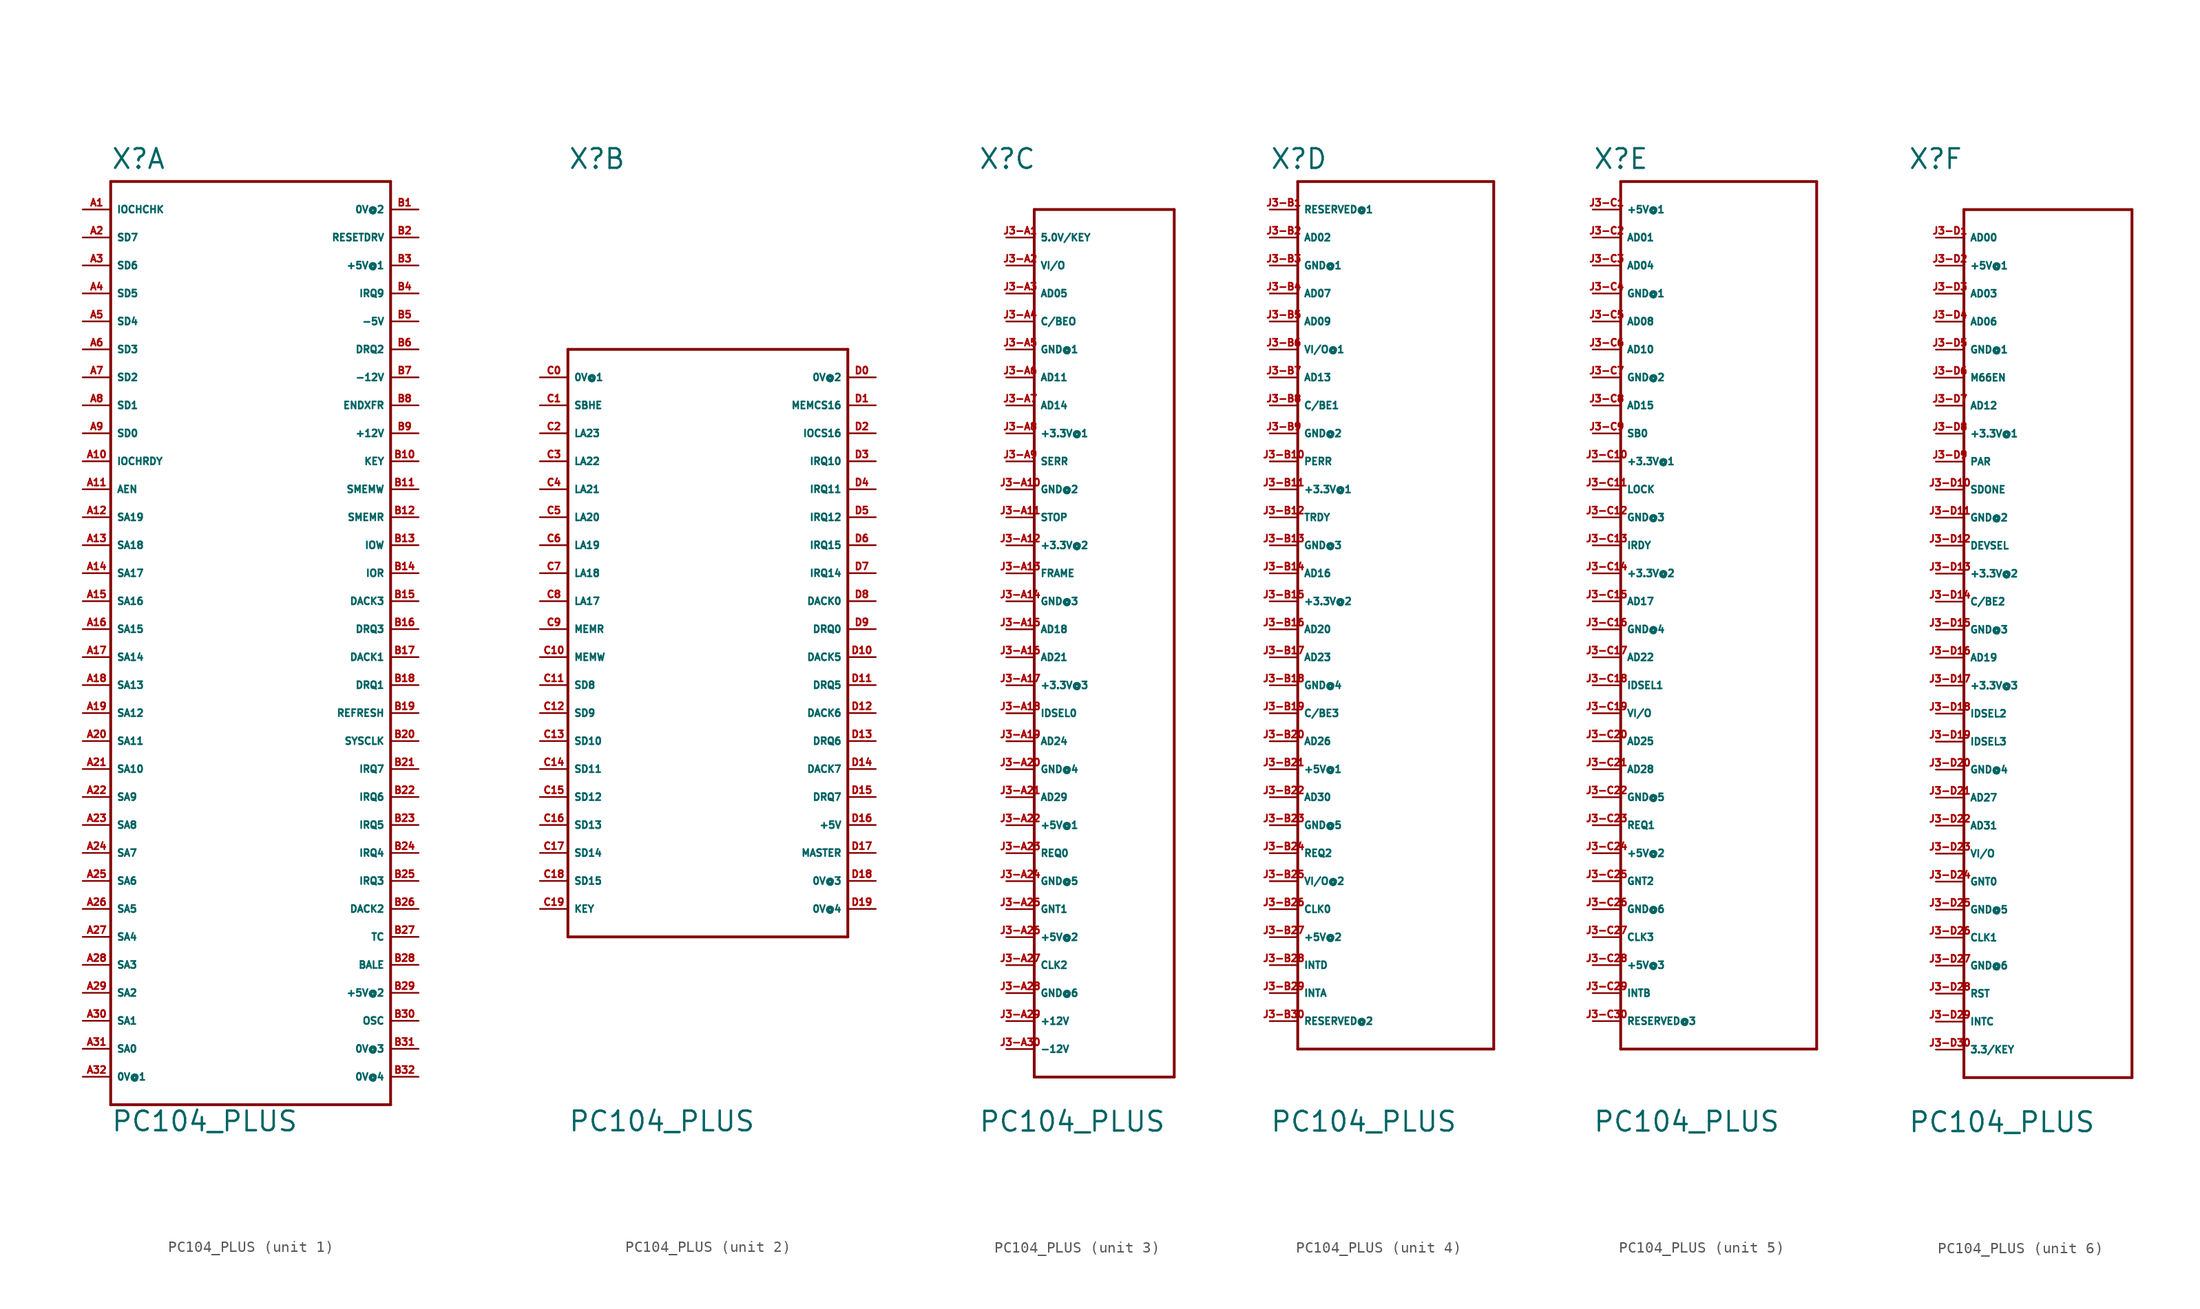
<source format=kicad_sym>
(kicad_symbol_lib
  (version 20220914)
  (generator Eagle2Kicad)
  (symbol "PC104_PLUS"
    (property "Reference" "X"
      (at -12.7 41.656 0)
      (effects (font (size 1.778 1.778) (thickness 0.22)) (justify left bottom)))
    (property "Value" "PC104_PLUS"
      (at -12.7 -45.72 0)
      (effects (font (size 1.778 1.778) (thickness 0.22)) (justify left bottom)))
    (symbol "PC104_PLUS_1_0"
      (polyline (pts (xy -12.7 40.64) (xy 12.7 40.64)) (stroke (width 0.254) (type default)) (fill (type none)))
      (polyline (pts (xy 12.7 40.64) (xy 12.7 -43.18)) (stroke (width 0.254) (type default)) (fill (type none)))
      (polyline (pts (xy 12.7 -43.18) (xy -12.7 -43.18)) (stroke (width 0.254) (type default)) (fill (type none)))
      (polyline (pts (xy -12.7 -43.18) (xy -12.7 40.64)) (stroke (width 0.254) (type default)) (fill (type none)))
      (pin passive line (at -15.24 38.1 0) (length 2.54) (name "IOCHCHK" (effects (font (size 0.635 0.635) (thickness 0.08)) (justify left bottom))) (number "A1" (effects (font (size 0.635 0.635) (thickness 0.08)) (justify left bottom))))
      (pin passive line (at -15.24 17.78 0) (length 2.54) (name "SD0" (effects (font (size 0.635 0.635) (thickness 0.08)) (justify left bottom))) (number "A9" (effects (font (size 0.635 0.635) (thickness 0.08)) (justify left bottom))))
      (pin passive line (at -15.24 20.32 0) (length 2.54) (name "SD1" (effects (font (size 0.635 0.635) (thickness 0.08)) (justify left bottom))) (number "A8" (effects (font (size 0.635 0.635) (thickness 0.08)) (justify left bottom))))
      (pin passive line (at -15.24 22.86 0) (length 2.54) (name "SD2" (effects (font (size 0.635 0.635) (thickness 0.08)) (justify left bottom))) (number "A7" (effects (font (size 0.635 0.635) (thickness 0.08)) (justify left bottom))))
      (pin passive line (at -15.24 25.4 0) (length 2.54) (name "SD3" (effects (font (size 0.635 0.635) (thickness 0.08)) (justify left bottom))) (number "A6" (effects (font (size 0.635 0.635) (thickness 0.08)) (justify left bottom))))
      (pin passive line (at -15.24 27.94 0) (length 2.54) (name "SD4" (effects (font (size 0.635 0.635) (thickness 0.08)) (justify left bottom))) (number "A5" (effects (font (size 0.635 0.635) (thickness 0.08)) (justify left bottom))))
      (pin passive line (at -15.24 30.48 0) (length 2.54) (name "SD5" (effects (font (size 0.635 0.635) (thickness 0.08)) (justify left bottom))) (number "A4" (effects (font (size 0.635 0.635) (thickness 0.08)) (justify left bottom))))
      (pin passive line (at -15.24 33.02 0) (length 2.54) (name "SD6" (effects (font (size 0.635 0.635) (thickness 0.08)) (justify left bottom))) (number "A3" (effects (font (size 0.635 0.635) (thickness 0.08)) (justify left bottom))))
      (pin passive line (at -15.24 35.56 0) (length 2.54) (name "SD7" (effects (font (size 0.635 0.635) (thickness 0.08)) (justify left bottom))) (number "A2" (effects (font (size 0.635 0.635) (thickness 0.08)) (justify left bottom))))
      (pin passive line (at -15.24 15.24 0) (length 2.54) (name "IOCHRDY" (effects (font (size 0.635 0.635) (thickness 0.08)) (justify left bottom))) (number "A10" (effects (font (size 0.635 0.635) (thickness 0.08)) (justify left bottom))))
      (pin passive line (at -15.24 12.7 0) (length 2.54) (name "AEN" (effects (font (size 0.635 0.635) (thickness 0.08)) (justify left bottom))) (number "A11" (effects (font (size 0.635 0.635) (thickness 0.08)) (justify left bottom))))
      (pin passive line (at -15.24 -38.1 0) (length 2.54) (name "SA0" (effects (font (size 0.635 0.635) (thickness 0.08)) (justify left bottom))) (number "A31" (effects (font (size 0.635 0.635) (thickness 0.08)) (justify left bottom))))
      (pin passive line (at -15.24 -35.56 0) (length 2.54) (name "SA1" (effects (font (size 0.635 0.635) (thickness 0.08)) (justify left bottom))) (number "A30" (effects (font (size 0.635 0.635) (thickness 0.08)) (justify left bottom))))
      (pin passive line (at -15.24 -33.02 0) (length 2.54) (name "SA2" (effects (font (size 0.635 0.635) (thickness 0.08)) (justify left bottom))) (number "A29" (effects (font (size 0.635 0.635) (thickness 0.08)) (justify left bottom))))
      (pin passive line (at -15.24 -30.48 0) (length 2.54) (name "SA3" (effects (font (size 0.635 0.635) (thickness 0.08)) (justify left bottom))) (number "A28" (effects (font (size 0.635 0.635) (thickness 0.08)) (justify left bottom))))
      (pin passive line (at -15.24 -27.94 0) (length 2.54) (name "SA4" (effects (font (size 0.635 0.635) (thickness 0.08)) (justify left bottom))) (number "A27" (effects (font (size 0.635 0.635) (thickness 0.08)) (justify left bottom))))
      (pin passive line (at -15.24 -25.4 0) (length 2.54) (name "SA5" (effects (font (size 0.635 0.635) (thickness 0.08)) (justify left bottom))) (number "A26" (effects (font (size 0.635 0.635) (thickness 0.08)) (justify left bottom))))
      (pin passive line (at -15.24 -22.86 0) (length 2.54) (name "SA6" (effects (font (size 0.635 0.635) (thickness 0.08)) (justify left bottom))) (number "A25" (effects (font (size 0.635 0.635) (thickness 0.08)) (justify left bottom))))
      (pin passive line (at -15.24 -20.32 0) (length 2.54) (name "SA7" (effects (font (size 0.635 0.635) (thickness 0.08)) (justify left bottom))) (number "A24" (effects (font (size 0.635 0.635) (thickness 0.08)) (justify left bottom))))
      (pin passive line (at -15.24 -17.78 0) (length 2.54) (name "SA8" (effects (font (size 0.635 0.635) (thickness 0.08)) (justify left bottom))) (number "A23" (effects (font (size 0.635 0.635) (thickness 0.08)) (justify left bottom))))
      (pin passive line (at -15.24 -15.24 0) (length 2.54) (name "SA9" (effects (font (size 0.635 0.635) (thickness 0.08)) (justify left bottom))) (number "A22" (effects (font (size 0.635 0.635) (thickness 0.08)) (justify left bottom))))
      (pin passive line (at -15.24 -12.7 0) (length 2.54) (name "SA10" (effects (font (size 0.635 0.635) (thickness 0.08)) (justify left bottom))) (number "A21" (effects (font (size 0.635 0.635) (thickness 0.08)) (justify left bottom))))
      (pin passive line (at -15.24 -10.16 0) (length 2.54) (name "SA11" (effects (font (size 0.635 0.635) (thickness 0.08)) (justify left bottom))) (number "A20" (effects (font (size 0.635 0.635) (thickness 0.08)) (justify left bottom))))
      (pin passive line (at -15.24 -7.62 0) (length 2.54) (name "SA12" (effects (font (size 0.635 0.635) (thickness 0.08)) (justify left bottom))) (number "A19" (effects (font (size 0.635 0.635) (thickness 0.08)) (justify left bottom))))
      (pin passive line (at -15.24 -5.08 0) (length 2.54) (name "SA13" (effects (font (size 0.635 0.635) (thickness 0.08)) (justify left bottom))) (number "A18" (effects (font (size 0.635 0.635) (thickness 0.08)) (justify left bottom))))
      (pin passive line (at -15.24 -2.54 0) (length 2.54) (name "SA14" (effects (font (size 0.635 0.635) (thickness 0.08)) (justify left bottom))) (number "A17" (effects (font (size 0.635 0.635) (thickness 0.08)) (justify left bottom))))
      (pin passive line (at -15.24 0 0) (length 2.54) (name "SA15" (effects (font (size 0.635 0.635) (thickness 0.08)) (justify left bottom))) (number "A16" (effects (font (size 0.635 0.635) (thickness 0.08)) (justify left bottom))))
      (pin passive line (at -15.24 2.54 0) (length 2.54) (name "SA16" (effects (font (size 0.635 0.635) (thickness 0.08)) (justify left bottom))) (number "A15" (effects (font (size 0.635 0.635) (thickness 0.08)) (justify left bottom))))
      (pin passive line (at -15.24 5.08 0) (length 2.54) (name "SA17" (effects (font (size 0.635 0.635) (thickness 0.08)) (justify left bottom))) (number "A14" (effects (font (size 0.635 0.635) (thickness 0.08)) (justify left bottom))))
      (pin passive line (at -15.24 7.62 0) (length 2.54) (name "SA18" (effects (font (size 0.635 0.635) (thickness 0.08)) (justify left bottom))) (number "A13" (effects (font (size 0.635 0.635) (thickness 0.08)) (justify left bottom))))
      (pin passive line (at -15.24 10.16 0) (length 2.54) (name "SA19" (effects (font (size 0.635 0.635) (thickness 0.08)) (justify left bottom))) (number "A12" (effects (font (size 0.635 0.635) (thickness 0.08)) (justify left bottom))))
      (pin passive line (at -15.24 -40.64 0) (length 2.54) (name "0V@1" (effects (font (size 0.635 0.635) (thickness 0.08)) (justify left bottom))) (number "A32" (effects (font (size 0.635 0.635) (thickness 0.08)) (justify left bottom))))
      (pin passive line (at 15.24 38.1 180) (length 2.54) (name "0V@2" (effects (font (size 0.635 0.635) (thickness 0.08)) (justify left bottom))) (number "B1" (effects (font (size 0.635 0.635) (thickness 0.08)) (justify left bottom))))
      (pin passive line (at 15.24 35.56 180) (length 2.54) (name "RESETDRV" (effects (font (size 0.635 0.635) (thickness 0.08)) (justify left bottom))) (number "B2" (effects (font (size 0.635 0.635) (thickness 0.08)) (justify left bottom))))
      (pin passive line (at 15.24 33.02 180) (length 2.54) (name "+5V@1" (effects (font (size 0.635 0.635) (thickness 0.08)) (justify left bottom))) (number "B3" (effects (font (size 0.635 0.635) (thickness 0.08)) (justify left bottom))))
      (pin passive line (at 15.24 30.48 180) (length 2.54) (name "IRQ9" (effects (font (size 0.635 0.635) (thickness 0.08)) (justify left bottom))) (number "B4" (effects (font (size 0.635 0.635) (thickness 0.08)) (justify left bottom))))
      (pin passive line (at 15.24 27.94 180) (length 2.54) (name "-5V" (effects (font (size 0.635 0.635) (thickness 0.08)) (justify left bottom))) (number "B5" (effects (font (size 0.635 0.635) (thickness 0.08)) (justify left bottom))))
      (pin passive line (at 15.24 25.4 180) (length 2.54) (name "DRQ2" (effects (font (size 0.635 0.635) (thickness 0.08)) (justify left bottom))) (number "B6" (effects (font (size 0.635 0.635) (thickness 0.08)) (justify left bottom))))
      (pin passive line (at 15.24 22.86 180) (length 2.54) (name "-12V" (effects (font (size 0.635 0.635) (thickness 0.08)) (justify left bottom))) (number "B7" (effects (font (size 0.635 0.635) (thickness 0.08)) (justify left bottom))))
      (pin passive line (at 15.24 20.32 180) (length 2.54) (name "ENDXFR" (effects (font (size 0.635 0.635) (thickness 0.08)) (justify left bottom))) (number "B8" (effects (font (size 0.635 0.635) (thickness 0.08)) (justify left bottom))))
      (pin passive line (at 15.24 17.78 180) (length 2.54) (name "+12V" (effects (font (size 0.635 0.635) (thickness 0.08)) (justify left bottom))) (number "B9" (effects (font (size 0.635 0.635) (thickness 0.08)) (justify left bottom))))
      (pin passive line (at 15.24 15.24 180) (length 2.54) (name "KEY" (effects (font (size 0.635 0.635) (thickness 0.08)) (justify left bottom))) (number "B10" (effects (font (size 0.635 0.635) (thickness 0.08)) (justify left bottom))))
      (pin passive line (at 15.24 12.7 180) (length 2.54) (name "SMEMW" (effects (font (size 0.635 0.635) (thickness 0.08)) (justify left bottom))) (number "B11" (effects (font (size 0.635 0.635) (thickness 0.08)) (justify left bottom))))
      (pin passive line (at 15.24 10.16 180) (length 2.54) (name "SMEMR" (effects (font (size 0.635 0.635) (thickness 0.08)) (justify left bottom))) (number "B12" (effects (font (size 0.635 0.635) (thickness 0.08)) (justify left bottom))))
      (pin passive line (at 15.24 7.62 180) (length 2.54) (name "IOW" (effects (font (size 0.635 0.635) (thickness 0.08)) (justify left bottom))) (number "B13" (effects (font (size 0.635 0.635) (thickness 0.08)) (justify left bottom))))
      (pin passive line (at 15.24 5.08 180) (length 2.54) (name "IOR" (effects (font (size 0.635 0.635) (thickness 0.08)) (justify left bottom))) (number "B14" (effects (font (size 0.635 0.635) (thickness 0.08)) (justify left bottom))))
      (pin passive line (at 15.24 2.54 180) (length 2.54) (name "DACK3" (effects (font (size 0.635 0.635) (thickness 0.08)) (justify left bottom))) (number "B15" (effects (font (size 0.635 0.635) (thickness 0.08)) (justify left bottom))))
      (pin passive line (at 15.24 0 180) (length 2.54) (name "DRQ3" (effects (font (size 0.635 0.635) (thickness 0.08)) (justify left bottom))) (number "B16" (effects (font (size 0.635 0.635) (thickness 0.08)) (justify left bottom))))
      (pin passive line (at 15.24 -2.54 180) (length 2.54) (name "DACK1" (effects (font (size 0.635 0.635) (thickness 0.08)) (justify left bottom))) (number "B17" (effects (font (size 0.635 0.635) (thickness 0.08)) (justify left bottom))))
      (pin passive line (at 15.24 -5.08 180) (length 2.54) (name "DRQ1" (effects (font (size 0.635 0.635) (thickness 0.08)) (justify left bottom))) (number "B18" (effects (font (size 0.635 0.635) (thickness 0.08)) (justify left bottom))))
      (pin passive line (at 15.24 -7.62 180) (length 2.54) (name "REFRESH" (effects (font (size 0.635 0.635) (thickness 0.08)) (justify left bottom))) (number "B19" (effects (font (size 0.635 0.635) (thickness 0.08)) (justify left bottom))))
      (pin passive line (at 15.24 -10.16 180) (length 2.54) (name "SYSCLK" (effects (font (size 0.635 0.635) (thickness 0.08)) (justify left bottom))) (number "B20" (effects (font (size 0.635 0.635) (thickness 0.08)) (justify left bottom))))
      (pin passive line (at 15.24 -22.86 180) (length 2.54) (name "IRQ3" (effects (font (size 0.635 0.635) (thickness 0.08)) (justify left bottom))) (number "B25" (effects (font (size 0.635 0.635) (thickness 0.08)) (justify left bottom))))
      (pin passive line (at 15.24 -20.32 180) (length 2.54) (name "IRQ4" (effects (font (size 0.635 0.635) (thickness 0.08)) (justify left bottom))) (number "B24" (effects (font (size 0.635 0.635) (thickness 0.08)) (justify left bottom))))
      (pin passive line (at 15.24 -17.78 180) (length 2.54) (name "IRQ5" (effects (font (size 0.635 0.635) (thickness 0.08)) (justify left bottom))) (number "B23" (effects (font (size 0.635 0.635) (thickness 0.08)) (justify left bottom))))
      (pin passive line (at 15.24 -15.24 180) (length 2.54) (name "IRQ6" (effects (font (size 0.635 0.635) (thickness 0.08)) (justify left bottom))) (number "B22" (effects (font (size 0.635 0.635) (thickness 0.08)) (justify left bottom))))
      (pin passive line (at 15.24 -12.7 180) (length 2.54) (name "IRQ7" (effects (font (size 0.635 0.635) (thickness 0.08)) (justify left bottom))) (number "B21" (effects (font (size 0.635 0.635) (thickness 0.08)) (justify left bottom))))
      (pin passive line (at 15.24 -25.4 180) (length 2.54) (name "DACK2" (effects (font (size 0.635 0.635) (thickness 0.08)) (justify left bottom))) (number "B26" (effects (font (size 0.635 0.635) (thickness 0.08)) (justify left bottom))))
      (pin passive line (at 15.24 -27.94 180) (length 2.54) (name "TC" (effects (font (size 0.635 0.635) (thickness 0.08)) (justify left bottom))) (number "B27" (effects (font (size 0.635 0.635) (thickness 0.08)) (justify left bottom))))
      (pin passive line (at 15.24 -30.48 180) (length 2.54) (name "BALE" (effects (font (size 0.635 0.635) (thickness 0.08)) (justify left bottom))) (number "B28" (effects (font (size 0.635 0.635) (thickness 0.08)) (justify left bottom))))
      (pin passive line (at 15.24 -33.02 180) (length 2.54) (name "+5V@2" (effects (font (size 0.635 0.635) (thickness 0.08)) (justify left bottom))) (number "B29" (effects (font (size 0.635 0.635) (thickness 0.08)) (justify left bottom))))
      (pin passive line (at 15.24 -35.56 180) (length 2.54) (name "OSC" (effects (font (size 0.635 0.635) (thickness 0.08)) (justify left bottom))) (number "B30" (effects (font (size 0.635 0.635) (thickness 0.08)) (justify left bottom))))
      (pin passive line (at 15.24 -38.1 180) (length 2.54) (name "0V@3" (effects (font (size 0.635 0.635) (thickness 0.08)) (justify left bottom))) (number "B31" (effects (font (size 0.635 0.635) (thickness 0.08)) (justify left bottom))))
      (pin passive line (at 15.24 -40.64 180) (length 2.54) (name "0V@4" (effects (font (size 0.635 0.635) (thickness 0.08)) (justify left bottom))) (number "B32" (effects (font (size 0.635 0.635) (thickness 0.08)) (justify left bottom)))))
    (symbol "PC104_PLUS_2_0"
      (polyline (pts (xy -12.7 25.4) (xy 12.7 25.4)) (stroke (width 0.254) (type default)) (fill (type none)))
      (polyline (pts (xy 12.7 25.4) (xy 12.7 -27.94)) (stroke (width 0.254) (type default)) (fill (type none)))
      (polyline (pts (xy 12.7 -27.94) (xy -12.7 -27.94)) (stroke (width 0.254) (type default)) (fill (type none)))
      (polyline (pts (xy -12.7 -27.94) (xy -12.7 25.4)) (stroke (width 0.254) (type default)) (fill (type none)))
      (pin passive line (at -15.24 22.86 0) (length 2.54) (name "0V@1" (effects (font (size 0.635 0.635) (thickness 0.08)) (justify left bottom))) (number "C0" (effects (font (size 0.635 0.635) (thickness 0.08)) (justify left bottom))))
      (pin passive line (at -15.24 20.32 0) (length 2.54) (name "SBHE" (effects (font (size 0.635 0.635) (thickness 0.08)) (justify left bottom))) (number "C1" (effects (font (size 0.635 0.635) (thickness 0.08)) (justify left bottom))))
      (pin passive line (at -15.24 2.54 0) (length 2.54) (name "LA17" (effects (font (size 0.635 0.635) (thickness 0.08)) (justify left bottom))) (number "C8" (effects (font (size 0.635 0.635) (thickness 0.08)) (justify left bottom))))
      (pin passive line (at -15.24 5.08 0) (length 2.54) (name "LA18" (effects (font (size 0.635 0.635) (thickness 0.08)) (justify left bottom))) (number "C7" (effects (font (size 0.635 0.635) (thickness 0.08)) (justify left bottom))))
      (pin passive line (at -15.24 7.62 0) (length 2.54) (name "LA19" (effects (font (size 0.635 0.635) (thickness 0.08)) (justify left bottom))) (number "C6" (effects (font (size 0.635 0.635) (thickness 0.08)) (justify left bottom))))
      (pin passive line (at -15.24 10.16 0) (length 2.54) (name "LA20" (effects (font (size 0.635 0.635) (thickness 0.08)) (justify left bottom))) (number "C5" (effects (font (size 0.635 0.635) (thickness 0.08)) (justify left bottom))))
      (pin passive line (at -15.24 12.7 0) (length 2.54) (name "LA21" (effects (font (size 0.635 0.635) (thickness 0.08)) (justify left bottom))) (number "C4" (effects (font (size 0.635 0.635) (thickness 0.08)) (justify left bottom))))
      (pin passive line (at -15.24 15.24 0) (length 2.54) (name "LA22" (effects (font (size 0.635 0.635) (thickness 0.08)) (justify left bottom))) (number "C3" (effects (font (size 0.635 0.635) (thickness 0.08)) (justify left bottom))))
      (pin passive line (at -15.24 17.78 0) (length 2.54) (name "LA23" (effects (font (size 0.635 0.635) (thickness 0.08)) (justify left bottom))) (number "C2" (effects (font (size 0.635 0.635) (thickness 0.08)) (justify left bottom))))
      (pin passive line (at -15.24 -5.08 0) (length 2.54) (name "SD8" (effects (font (size 0.635 0.635) (thickness 0.08)) (justify left bottom))) (number "C11" (effects (font (size 0.635 0.635) (thickness 0.08)) (justify left bottom))))
      (pin passive line (at -15.24 -7.62 0) (length 2.54) (name "SD9" (effects (font (size 0.635 0.635) (thickness 0.08)) (justify left bottom))) (number "C12" (effects (font (size 0.635 0.635) (thickness 0.08)) (justify left bottom))))
      (pin passive line (at -15.24 -10.16 0) (length 2.54) (name "SD10" (effects (font (size 0.635 0.635) (thickness 0.08)) (justify left bottom))) (number "C13" (effects (font (size 0.635 0.635) (thickness 0.08)) (justify left bottom))))
      (pin passive line (at -15.24 -12.7 0) (length 2.54) (name "SD11" (effects (font (size 0.635 0.635) (thickness 0.08)) (justify left bottom))) (number "C14" (effects (font (size 0.635 0.635) (thickness 0.08)) (justify left bottom))))
      (pin passive line (at -15.24 -15.24 0) (length 2.54) (name "SD12" (effects (font (size 0.635 0.635) (thickness 0.08)) (justify left bottom))) (number "C15" (effects (font (size 0.635 0.635) (thickness 0.08)) (justify left bottom))))
      (pin passive line (at -15.24 -17.78 0) (length 2.54) (name "SD13" (effects (font (size 0.635 0.635) (thickness 0.08)) (justify left bottom))) (number "C16" (effects (font (size 0.635 0.635) (thickness 0.08)) (justify left bottom))))
      (pin passive line (at -15.24 -20.32 0) (length 2.54) (name "SD14" (effects (font (size 0.635 0.635) (thickness 0.08)) (justify left bottom))) (number "C17" (effects (font (size 0.635 0.635) (thickness 0.08)) (justify left bottom))))
      (pin passive line (at -15.24 -22.86 0) (length 2.54) (name "SD15" (effects (font (size 0.635 0.635) (thickness 0.08)) (justify left bottom))) (number "C18" (effects (font (size 0.635 0.635) (thickness 0.08)) (justify left bottom))))
      (pin passive line (at -15.24 0 0) (length 2.54) (name "MEMR" (effects (font (size 0.635 0.635) (thickness 0.08)) (justify left bottom))) (number "C9" (effects (font (size 0.635 0.635) (thickness 0.08)) (justify left bottom))))
      (pin passive line (at -15.24 -2.54 0) (length 2.54) (name "MEMW" (effects (font (size 0.635 0.635) (thickness 0.08)) (justify left bottom))) (number "C10" (effects (font (size 0.635 0.635) (thickness 0.08)) (justify left bottom))))
      (pin passive line (at -15.24 -25.4 0) (length 2.54) (name "KEY" (effects (font (size 0.635 0.635) (thickness 0.08)) (justify left bottom))) (number "C19" (effects (font (size 0.635 0.635) (thickness 0.08)) (justify left bottom))))
      (pin passive line (at 15.24 22.86 180) (length 2.54) (name "0V@2" (effects (font (size 0.635 0.635) (thickness 0.08)) (justify left bottom))) (number "D0" (effects (font (size 0.635 0.635) (thickness 0.08)) (justify left bottom))))
      (pin passive line (at 15.24 -22.86 180) (length 2.54) (name "0V@3" (effects (font (size 0.635 0.635) (thickness 0.08)) (justify left bottom))) (number "D18" (effects (font (size 0.635 0.635) (thickness 0.08)) (justify left bottom))))
      (pin passive line (at 15.24 -25.4 180) (length 2.54) (name "0V@4" (effects (font (size 0.635 0.635) (thickness 0.08)) (justify left bottom))) (number "D19" (effects (font (size 0.635 0.635) (thickness 0.08)) (justify left bottom))))
      (pin passive line (at 15.24 17.78 180) (length 2.54) (name "IOCS16" (effects (font (size 0.635 0.635) (thickness 0.08)) (justify left bottom))) (number "D2" (effects (font (size 0.635 0.635) (thickness 0.08)) (justify left bottom))))
      (pin passive line (at 15.24 15.24 180) (length 2.54) (name "IRQ10" (effects (font (size 0.635 0.635) (thickness 0.08)) (justify left bottom))) (number "D3" (effects (font (size 0.635 0.635) (thickness 0.08)) (justify left bottom))))
      (pin passive line (at 15.24 12.7 180) (length 2.54) (name "IRQ11" (effects (font (size 0.635 0.635) (thickness 0.08)) (justify left bottom))) (number "D4" (effects (font (size 0.635 0.635) (thickness 0.08)) (justify left bottom))))
      (pin passive line (at 15.24 10.16 180) (length 2.54) (name "IRQ12" (effects (font (size 0.635 0.635) (thickness 0.08)) (justify left bottom))) (number "D5" (effects (font (size 0.635 0.635) (thickness 0.08)) (justify left bottom))))
      (pin passive line (at 15.24 5.08 180) (length 2.54) (name "IRQ14" (effects (font (size 0.635 0.635) (thickness 0.08)) (justify left bottom))) (number "D7" (effects (font (size 0.635 0.635) (thickness 0.08)) (justify left bottom))))
      (pin passive line (at 15.24 7.62 180) (length 2.54) (name "IRQ15" (effects (font (size 0.635 0.635) (thickness 0.08)) (justify left bottom))) (number "D6" (effects (font (size 0.635 0.635) (thickness 0.08)) (justify left bottom))))
      (pin passive line (at 15.24 2.54 180) (length 2.54) (name "DACK0" (effects (font (size 0.635 0.635) (thickness 0.08)) (justify left bottom))) (number "D8" (effects (font (size 0.635 0.635) (thickness 0.08)) (justify left bottom))))
      (pin passive line (at 15.24 0 180) (length 2.54) (name "DRQ0" (effects (font (size 0.635 0.635) (thickness 0.08)) (justify left bottom))) (number "D9" (effects (font (size 0.635 0.635) (thickness 0.08)) (justify left bottom))))
      (pin passive line (at 15.24 -2.54 180) (length 2.54) (name "DACK5" (effects (font (size 0.635 0.635) (thickness 0.08)) (justify left bottom))) (number "D10" (effects (font (size 0.635 0.635) (thickness 0.08)) (justify left bottom))))
      (pin passive line (at 15.24 -5.08 180) (length 2.54) (name "DRQ5" (effects (font (size 0.635 0.635) (thickness 0.08)) (justify left bottom))) (number "D11" (effects (font (size 0.635 0.635) (thickness 0.08)) (justify left bottom))))
      (pin passive line (at 15.24 -7.62 180) (length 2.54) (name "DACK6" (effects (font (size 0.635 0.635) (thickness 0.08)) (justify left bottom))) (number "D12" (effects (font (size 0.635 0.635) (thickness 0.08)) (justify left bottom))))
      (pin passive line (at 15.24 -10.16 180) (length 2.54) (name "DRQ6" (effects (font (size 0.635 0.635) (thickness 0.08)) (justify left bottom))) (number "D13" (effects (font (size 0.635 0.635) (thickness 0.08)) (justify left bottom))))
      (pin passive line (at 15.24 -12.7 180) (length 2.54) (name "DACK7" (effects (font (size 0.635 0.635) (thickness 0.08)) (justify left bottom))) (number "D14" (effects (font (size 0.635 0.635) (thickness 0.08)) (justify left bottom))))
      (pin passive line (at 15.24 -15.24 180) (length 2.54) (name "DRQ7" (effects (font (size 0.635 0.635) (thickness 0.08)) (justify left bottom))) (number "D15" (effects (font (size 0.635 0.635) (thickness 0.08)) (justify left bottom))))
      (pin passive line (at 15.24 -17.78 180) (length 2.54) (name "+5V" (effects (font (size 0.635 0.635) (thickness 0.08)) (justify left bottom))) (number "D16" (effects (font (size 0.635 0.635) (thickness 0.08)) (justify left bottom))))
      (pin passive line (at 15.24 -20.32 180) (length 2.54) (name "MASTER" (effects (font (size 0.635 0.635) (thickness 0.08)) (justify left bottom))) (number "D17" (effects (font (size 0.635 0.635) (thickness 0.08)) (justify left bottom))))
      (pin passive line (at 15.24 20.32 180) (length 2.54) (name "MEMCS16" (effects (font (size 0.635 0.635) (thickness 0.08)) (justify left bottom))) (number "D1" (effects (font (size 0.635 0.635) (thickness 0.08)) (justify left bottom)))))
    (symbol "PC104_PLUS_3_0"
      (polyline (pts (xy -7.62 38.1) (xy 5.08 38.1)) (stroke (width 0.254) (type default)) (fill (type none)))
      (polyline (pts (xy 5.08 38.1) (xy 5.08 -40.64)) (stroke (width 0.254) (type default)) (fill (type none)))
      (polyline (pts (xy 5.08 -40.64) (xy -7.62 -40.64)) (stroke (width 0.254) (type default)) (fill (type none)))
      (polyline (pts (xy -7.62 -40.64) (xy -7.62 38.1)) (stroke (width 0.254) (type default)) (fill (type none)))
      (pin passive line (at -10.16 35.56 0) (length 2.54) (name "5.0V/KEY" (effects (font (size 0.635 0.635) (thickness 0.08)) (justify left bottom))) (number "J3-A1" (effects (font (size 0.635 0.635) (thickness 0.08)) (justify left bottom))))
      (pin passive line (at -10.16 33.02 0) (length 2.54) (name "VI/O" (effects (font (size 0.635 0.635) (thickness 0.08)) (justify left bottom))) (number "J3-A2" (effects (font (size 0.635 0.635) (thickness 0.08)) (justify left bottom))))
      (pin passive line (at -10.16 30.48 0) (length 2.54) (name "AD05" (effects (font (size 0.635 0.635) (thickness 0.08)) (justify left bottom))) (number "J3-A3" (effects (font (size 0.635 0.635) (thickness 0.08)) (justify left bottom))))
      (pin passive line (at -10.16 27.94 0) (length 2.54) (name "C/BEO" (effects (font (size 0.635 0.635) (thickness 0.08)) (justify left bottom))) (number "J3-A4" (effects (font (size 0.635 0.635) (thickness 0.08)) (justify left bottom))))
      (pin passive line (at -10.16 25.4 0) (length 2.54) (name "GND@1" (effects (font (size 0.635 0.635) (thickness 0.08)) (justify left bottom))) (number "J3-A5" (effects (font (size 0.635 0.635) (thickness 0.08)) (justify left bottom))))
      (pin passive line (at -10.16 22.86 0) (length 2.54) (name "AD11" (effects (font (size 0.635 0.635) (thickness 0.08)) (justify left bottom))) (number "J3-A6" (effects (font (size 0.635 0.635) (thickness 0.08)) (justify left bottom))))
      (pin passive line (at -10.16 20.32 0) (length 2.54) (name "AD14" (effects (font (size 0.635 0.635) (thickness 0.08)) (justify left bottom))) (number "J3-A7" (effects (font (size 0.635 0.635) (thickness 0.08)) (justify left bottom))))
      (pin passive line (at -10.16 17.78 0) (length 2.54) (name "+3.3V@1" (effects (font (size 0.635 0.635) (thickness 0.08)) (justify left bottom))) (number "J3-A8" (effects (font (size 0.635 0.635) (thickness 0.08)) (justify left bottom))))
      (pin passive line (at -10.16 15.24 0) (length 2.54) (name "SERR" (effects (font (size 0.635 0.635) (thickness 0.08)) (justify left bottom))) (number "J3-A9" (effects (font (size 0.635 0.635) (thickness 0.08)) (justify left bottom))))
      (pin passive line (at -10.16 12.7 0) (length 2.54) (name "GND@2" (effects (font (size 0.635 0.635) (thickness 0.08)) (justify left bottom))) (number "J3-A10" (effects (font (size 0.635 0.635) (thickness 0.08)) (justify left bottom))))
      (pin passive line (at -10.16 10.16 0) (length 2.54) (name "STOP" (effects (font (size 0.635 0.635) (thickness 0.08)) (justify left bottom))) (number "J3-A11" (effects (font (size 0.635 0.635) (thickness 0.08)) (justify left bottom))))
      (pin passive line (at -10.16 7.62 0) (length 2.54) (name "+3.3V@2" (effects (font (size 0.635 0.635) (thickness 0.08)) (justify left bottom))) (number "J3-A12" (effects (font (size 0.635 0.635) (thickness 0.08)) (justify left bottom))))
      (pin passive line (at -10.16 5.08 0) (length 2.54) (name "FRAME" (effects (font (size 0.635 0.635) (thickness 0.08)) (justify left bottom))) (number "J3-A13" (effects (font (size 0.635 0.635) (thickness 0.08)) (justify left bottom))))
      (pin passive line (at -10.16 2.54 0) (length 2.54) (name "GND@3" (effects (font (size 0.635 0.635) (thickness 0.08)) (justify left bottom))) (number "J3-A14" (effects (font (size 0.635 0.635) (thickness 0.08)) (justify left bottom))))
      (pin passive line (at -10.16 0 0) (length 2.54) (name "AD18" (effects (font (size 0.635 0.635) (thickness 0.08)) (justify left bottom))) (number "J3-A15" (effects (font (size 0.635 0.635) (thickness 0.08)) (justify left bottom))))
      (pin passive line (at -10.16 -2.54 0) (length 2.54) (name "AD21" (effects (font (size 0.635 0.635) (thickness 0.08)) (justify left bottom))) (number "J3-A16" (effects (font (size 0.635 0.635) (thickness 0.08)) (justify left bottom))))
      (pin passive line (at -10.16 -5.08 0) (length 2.54) (name "+3.3V@3" (effects (font (size 0.635 0.635) (thickness 0.08)) (justify left bottom))) (number "J3-A17" (effects (font (size 0.635 0.635) (thickness 0.08)) (justify left bottom))))
      (pin passive line (at -10.16 -7.62 0) (length 2.54) (name "IDSEL0" (effects (font (size 0.635 0.635) (thickness 0.08)) (justify left bottom))) (number "J3-A18" (effects (font (size 0.635 0.635) (thickness 0.08)) (justify left bottom))))
      (pin passive line (at -10.16 -10.16 0) (length 2.54) (name "AD24" (effects (font (size 0.635 0.635) (thickness 0.08)) (justify left bottom))) (number "J3-A19" (effects (font (size 0.635 0.635) (thickness 0.08)) (justify left bottom))))
      (pin passive line (at -10.16 -12.7 0) (length 2.54) (name "GND@4" (effects (font (size 0.635 0.635) (thickness 0.08)) (justify left bottom))) (number "J3-A20" (effects (font (size 0.635 0.635) (thickness 0.08)) (justify left bottom))))
      (pin passive line (at -10.16 -15.24 0) (length 2.54) (name "AD29" (effects (font (size 0.635 0.635) (thickness 0.08)) (justify left bottom))) (number "J3-A21" (effects (font (size 0.635 0.635) (thickness 0.08)) (justify left bottom))))
      (pin passive line (at -10.16 -17.78 0) (length 2.54) (name "+5V@1" (effects (font (size 0.635 0.635) (thickness 0.08)) (justify left bottom))) (number "J3-A22" (effects (font (size 0.635 0.635) (thickness 0.08)) (justify left bottom))))
      (pin passive line (at -10.16 -20.32 0) (length 2.54) (name "REQ0" (effects (font (size 0.635 0.635) (thickness 0.08)) (justify left bottom))) (number "J3-A23" (effects (font (size 0.635 0.635) (thickness 0.08)) (justify left bottom))))
      (pin passive line (at -10.16 -22.86 0) (length 2.54) (name "GND@5" (effects (font (size 0.635 0.635) (thickness 0.08)) (justify left bottom))) (number "J3-A24" (effects (font (size 0.635 0.635) (thickness 0.08)) (justify left bottom))))
      (pin passive line (at -10.16 -25.4 0) (length 2.54) (name "GNT1" (effects (font (size 0.635 0.635) (thickness 0.08)) (justify left bottom))) (number "J3-A25" (effects (font (size 0.635 0.635) (thickness 0.08)) (justify left bottom))))
      (pin passive line (at -10.16 -27.94 0) (length 2.54) (name "+5V@2" (effects (font (size 0.635 0.635) (thickness 0.08)) (justify left bottom))) (number "J3-A26" (effects (font (size 0.635 0.635) (thickness 0.08)) (justify left bottom))))
      (pin passive line (at -10.16 -30.48 0) (length 2.54) (name "CLK2" (effects (font (size 0.635 0.635) (thickness 0.08)) (justify left bottom))) (number "J3-A27" (effects (font (size 0.635 0.635) (thickness 0.08)) (justify left bottom))))
      (pin passive line (at -10.16 -33.02 0) (length 2.54) (name "GND@6" (effects (font (size 0.635 0.635) (thickness 0.08)) (justify left bottom))) (number "J3-A28" (effects (font (size 0.635 0.635) (thickness 0.08)) (justify left bottom))))
      (pin passive line (at -10.16 -35.56 0) (length 2.54) (name "+12V" (effects (font (size 0.635 0.635) (thickness 0.08)) (justify left bottom))) (number "J3-A29" (effects (font (size 0.635 0.635) (thickness 0.08)) (justify left bottom))))
      (pin passive line (at -10.16 -38.1 0) (length 2.54) (name "-12V" (effects (font (size 0.635 0.635) (thickness 0.08)) (justify left bottom))) (number "J3-A30" (effects (font (size 0.635 0.635) (thickness 0.08)) (justify left bottom)))))
    (symbol "PC104_PLUS_4_0"
      (polyline (pts (xy -10.16 40.64) (xy 7.62 40.64)) (stroke (width 0.254) (type default)) (fill (type none)))
      (polyline (pts (xy 7.62 40.64) (xy 7.62 -38.1)) (stroke (width 0.254) (type default)) (fill (type none)))
      (polyline (pts (xy 7.62 -38.1) (xy -10.16 -38.1)) (stroke (width 0.254) (type default)) (fill (type none)))
      (polyline (pts (xy -10.16 -38.1) (xy -10.16 40.64)) (stroke (width 0.254) (type default)) (fill (type none)))
      (pin passive line (at -12.7 38.1 0) (length 2.54) (name "RESERVED@1" (effects (font (size 0.635 0.635) (thickness 0.08)) (justify left bottom))) (number "J3-B1" (effects (font (size 0.635 0.635) (thickness 0.08)) (justify left bottom))))
      (pin passive line (at -12.7 35.56 0) (length 2.54) (name "AD02" (effects (font (size 0.635 0.635) (thickness 0.08)) (justify left bottom))) (number "J3-B2" (effects (font (size 0.635 0.635) (thickness 0.08)) (justify left bottom))))
      (pin passive line (at -12.7 33.02 0) (length 2.54) (name "GND@1" (effects (font (size 0.635 0.635) (thickness 0.08)) (justify left bottom))) (number "J3-B3" (effects (font (size 0.635 0.635) (thickness 0.08)) (justify left bottom))))
      (pin passive line (at -12.7 30.48 0) (length 2.54) (name "AD07" (effects (font (size 0.635 0.635) (thickness 0.08)) (justify left bottom))) (number "J3-B4" (effects (font (size 0.635 0.635) (thickness 0.08)) (justify left bottom))))
      (pin passive line (at -12.7 27.94 0) (length 2.54) (name "AD09" (effects (font (size 0.635 0.635) (thickness 0.08)) (justify left bottom))) (number "J3-B5" (effects (font (size 0.635 0.635) (thickness 0.08)) (justify left bottom))))
      (pin passive line (at -12.7 25.4 0) (length 2.54) (name "VI/O@1" (effects (font (size 0.635 0.635) (thickness 0.08)) (justify left bottom))) (number "J3-B6" (effects (font (size 0.635 0.635) (thickness 0.08)) (justify left bottom))))
      (pin passive line (at -12.7 22.86 0) (length 2.54) (name "AD13" (effects (font (size 0.635 0.635) (thickness 0.08)) (justify left bottom))) (number "J3-B7" (effects (font (size 0.635 0.635) (thickness 0.08)) (justify left bottom))))
      (pin passive line (at -12.7 20.32 0) (length 2.54) (name "C/BE1" (effects (font (size 0.635 0.635) (thickness 0.08)) (justify left bottom))) (number "J3-B8" (effects (font (size 0.635 0.635) (thickness 0.08)) (justify left bottom))))
      (pin passive line (at -12.7 17.78 0) (length 2.54) (name "GND@2" (effects (font (size 0.635 0.635) (thickness 0.08)) (justify left bottom))) (number "J3-B9" (effects (font (size 0.635 0.635) (thickness 0.08)) (justify left bottom))))
      (pin passive line (at -12.7 15.24 0) (length 2.54) (name "PERR" (effects (font (size 0.635 0.635) (thickness 0.08)) (justify left bottom))) (number "J3-B10" (effects (font (size 0.635 0.635) (thickness 0.08)) (justify left bottom))))
      (pin passive line (at -12.7 12.7 0) (length 2.54) (name "+3.3V@1" (effects (font (size 0.635 0.635) (thickness 0.08)) (justify left bottom))) (number "J3-B11" (effects (font (size 0.635 0.635) (thickness 0.08)) (justify left bottom))))
      (pin passive line (at -12.7 10.16 0) (length 2.54) (name "TRDY" (effects (font (size 0.635 0.635) (thickness 0.08)) (justify left bottom))) (number "J3-B12" (effects (font (size 0.635 0.635) (thickness 0.08)) (justify left bottom))))
      (pin passive line (at -12.7 7.62 0) (length 2.54) (name "GND@3" (effects (font (size 0.635 0.635) (thickness 0.08)) (justify left bottom))) (number "J3-B13" (effects (font (size 0.635 0.635) (thickness 0.08)) (justify left bottom))))
      (pin passive line (at -12.7 5.08 0) (length 2.54) (name "AD16" (effects (font (size 0.635 0.635) (thickness 0.08)) (justify left bottom))) (number "J3-B14" (effects (font (size 0.635 0.635) (thickness 0.08)) (justify left bottom))))
      (pin passive line (at -12.7 2.54 0) (length 2.54) (name "+3.3V@2" (effects (font (size 0.635 0.635) (thickness 0.08)) (justify left bottom))) (number "J3-B15" (effects (font (size 0.635 0.635) (thickness 0.08)) (justify left bottom))))
      (pin passive line (at -12.7 0 0) (length 2.54) (name "AD20" (effects (font (size 0.635 0.635) (thickness 0.08)) (justify left bottom))) (number "J3-B16" (effects (font (size 0.635 0.635) (thickness 0.08)) (justify left bottom))))
      (pin passive line (at -12.7 -2.54 0) (length 2.54) (name "AD23" (effects (font (size 0.635 0.635) (thickness 0.08)) (justify left bottom))) (number "J3-B17" (effects (font (size 0.635 0.635) (thickness 0.08)) (justify left bottom))))
      (pin passive line (at -12.7 -5.08 0) (length 2.54) (name "GND@4" (effects (font (size 0.635 0.635) (thickness 0.08)) (justify left bottom))) (number "J3-B18" (effects (font (size 0.635 0.635) (thickness 0.08)) (justify left bottom))))
      (pin passive line (at -12.7 -7.62 0) (length 2.54) (name "C/BE3" (effects (font (size 0.635 0.635) (thickness 0.08)) (justify left bottom))) (number "J3-B19" (effects (font (size 0.635 0.635) (thickness 0.08)) (justify left bottom))))
      (pin passive line (at -12.7 -10.16 0) (length 2.54) (name "AD26" (effects (font (size 0.635 0.635) (thickness 0.08)) (justify left bottom))) (number "J3-B20" (effects (font (size 0.635 0.635) (thickness 0.08)) (justify left bottom))))
      (pin passive line (at -12.7 -12.7 0) (length 2.54) (name "+5V@1" (effects (font (size 0.635 0.635) (thickness 0.08)) (justify left bottom))) (number "J3-B21" (effects (font (size 0.635 0.635) (thickness 0.08)) (justify left bottom))))
      (pin passive line (at -12.7 -15.24 0) (length 2.54) (name "AD30" (effects (font (size 0.635 0.635) (thickness 0.08)) (justify left bottom))) (number "J3-B22" (effects (font (size 0.635 0.635) (thickness 0.08)) (justify left bottom))))
      (pin passive line (at -12.7 -17.78 0) (length 2.54) (name "GND@5" (effects (font (size 0.635 0.635) (thickness 0.08)) (justify left bottom))) (number "J3-B23" (effects (font (size 0.635 0.635) (thickness 0.08)) (justify left bottom))))
      (pin passive line (at -12.7 -20.32 0) (length 2.54) (name "REQ2" (effects (font (size 0.635 0.635) (thickness 0.08)) (justify left bottom))) (number "J3-B24" (effects (font (size 0.635 0.635) (thickness 0.08)) (justify left bottom))))
      (pin passive line (at -12.7 -22.86 0) (length 2.54) (name "VI/O@2" (effects (font (size 0.635 0.635) (thickness 0.08)) (justify left bottom))) (number "J3-B25" (effects (font (size 0.635 0.635) (thickness 0.08)) (justify left bottom))))
      (pin passive line (at -12.7 -25.4 0) (length 2.54) (name "CLK0" (effects (font (size 0.635 0.635) (thickness 0.08)) (justify left bottom))) (number "J3-B26" (effects (font (size 0.635 0.635) (thickness 0.08)) (justify left bottom))))
      (pin passive line (at -12.7 -27.94 0) (length 2.54) (name "+5V@2" (effects (font (size 0.635 0.635) (thickness 0.08)) (justify left bottom))) (number "J3-B27" (effects (font (size 0.635 0.635) (thickness 0.08)) (justify left bottom))))
      (pin passive line (at -12.7 -30.48 0) (length 2.54) (name "INTD" (effects (font (size 0.635 0.635) (thickness 0.08)) (justify left bottom))) (number "J3-B28" (effects (font (size 0.635 0.635) (thickness 0.08)) (justify left bottom))))
      (pin passive line (at -12.7 -33.02 0) (length 2.54) (name "INTA" (effects (font (size 0.635 0.635) (thickness 0.08)) (justify left bottom))) (number "J3-B29" (effects (font (size 0.635 0.635) (thickness 0.08)) (justify left bottom))))
      (pin passive line (at -12.7 -35.56 0) (length 2.54) (name "RESERVED@2" (effects (font (size 0.635 0.635) (thickness 0.08)) (justify left bottom))) (number "J3-B30" (effects (font (size 0.635 0.635) (thickness 0.08)) (justify left bottom)))))
    (symbol "PC104_PLUS_5_0"
      (polyline (pts (xy -10.16 40.64) (xy 7.62 40.64)) (stroke (width 0.254) (type default)) (fill (type none)))
      (polyline (pts (xy 7.62 40.64) (xy 7.62 -38.1)) (stroke (width 0.254) (type default)) (fill (type none)))
      (polyline (pts (xy 7.62 -38.1) (xy -10.16 -38.1)) (stroke (width 0.254) (type default)) (fill (type none)))
      (polyline (pts (xy -10.16 -38.1) (xy -10.16 40.64)) (stroke (width 0.254) (type default)) (fill (type none)))
      (pin passive line (at -12.7 38.1 0) (length 2.54) (name "+5V@1" (effects (font (size 0.635 0.635) (thickness 0.08)) (justify left bottom))) (number "J3-C1" (effects (font (size 0.635 0.635) (thickness 0.08)) (justify left bottom))))
      (pin passive line (at -12.7 35.56 0) (length 2.54) (name "AD01" (effects (font (size 0.635 0.635) (thickness 0.08)) (justify left bottom))) (number "J3-C2" (effects (font (size 0.635 0.635) (thickness 0.08)) (justify left bottom))))
      (pin passive line (at -12.7 33.02 0) (length 2.54) (name "AD04" (effects (font (size 0.635 0.635) (thickness 0.08)) (justify left bottom))) (number "J3-C3" (effects (font (size 0.635 0.635) (thickness 0.08)) (justify left bottom))))
      (pin passive line (at -12.7 30.48 0) (length 2.54) (name "GND@1" (effects (font (size 0.635 0.635) (thickness 0.08)) (justify left bottom))) (number "J3-C4" (effects (font (size 0.635 0.635) (thickness 0.08)) (justify left bottom))))
      (pin passive line (at -12.7 27.94 0) (length 2.54) (name "AD08" (effects (font (size 0.635 0.635) (thickness 0.08)) (justify left bottom))) (number "J3-C5" (effects (font (size 0.635 0.635) (thickness 0.08)) (justify left bottom))))
      (pin passive line (at -12.7 25.4 0) (length 2.54) (name "AD10" (effects (font (size 0.635 0.635) (thickness 0.08)) (justify left bottom))) (number "J3-C6" (effects (font (size 0.635 0.635) (thickness 0.08)) (justify left bottom))))
      (pin passive line (at -12.7 22.86 0) (length 2.54) (name "GND@2" (effects (font (size 0.635 0.635) (thickness 0.08)) (justify left bottom))) (number "J3-C7" (effects (font (size 0.635 0.635) (thickness 0.08)) (justify left bottom))))
      (pin passive line (at -12.7 20.32 0) (length 2.54) (name "AD15" (effects (font (size 0.635 0.635) (thickness 0.08)) (justify left bottom))) (number "J3-C8" (effects (font (size 0.635 0.635) (thickness 0.08)) (justify left bottom))))
      (pin passive line (at -12.7 17.78 0) (length 2.54) (name "SB0" (effects (font (size 0.635 0.635) (thickness 0.08)) (justify left bottom))) (number "J3-C9" (effects (font (size 0.635 0.635) (thickness 0.08)) (justify left bottom))))
      (pin passive line (at -12.7 15.24 0) (length 2.54) (name "+3.3V@1" (effects (font (size 0.635 0.635) (thickness 0.08)) (justify left bottom))) (number "J3-C10" (effects (font (size 0.635 0.635) (thickness 0.08)) (justify left bottom))))
      (pin passive line (at -12.7 12.7 0) (length 2.54) (name "LOCK" (effects (font (size 0.635 0.635) (thickness 0.08)) (justify left bottom))) (number "J3-C11" (effects (font (size 0.635 0.635) (thickness 0.08)) (justify left bottom))))
      (pin passive line (at -12.7 10.16 0) (length 2.54) (name "GND@3" (effects (font (size 0.635 0.635) (thickness 0.08)) (justify left bottom))) (number "J3-C12" (effects (font (size 0.635 0.635) (thickness 0.08)) (justify left bottom))))
      (pin passive line (at -12.7 7.62 0) (length 2.54) (name "IRDY" (effects (font (size 0.635 0.635) (thickness 0.08)) (justify left bottom))) (number "J3-C13" (effects (font (size 0.635 0.635) (thickness 0.08)) (justify left bottom))))
      (pin passive line (at -12.7 5.08 0) (length 2.54) (name "+3.3V@2" (effects (font (size 0.635 0.635) (thickness 0.08)) (justify left bottom))) (number "J3-C14" (effects (font (size 0.635 0.635) (thickness 0.08)) (justify left bottom))))
      (pin passive line (at -12.7 2.54 0) (length 2.54) (name "AD17" (effects (font (size 0.635 0.635) (thickness 0.08)) (justify left bottom))) (number "J3-C15" (effects (font (size 0.635 0.635) (thickness 0.08)) (justify left bottom))))
      (pin passive line (at -12.7 0 0) (length 2.54) (name "GND@4" (effects (font (size 0.635 0.635) (thickness 0.08)) (justify left bottom))) (number "J3-C16" (effects (font (size 0.635 0.635) (thickness 0.08)) (justify left bottom))))
      (pin passive line (at -12.7 -2.54 0) (length 2.54) (name "AD22" (effects (font (size 0.635 0.635) (thickness 0.08)) (justify left bottom))) (number "J3-C17" (effects (font (size 0.635 0.635) (thickness 0.08)) (justify left bottom))))
      (pin passive line (at -12.7 -5.08 0) (length 2.54) (name "IDSEL1" (effects (font (size 0.635 0.635) (thickness 0.08)) (justify left bottom))) (number "J3-C18" (effects (font (size 0.635 0.635) (thickness 0.08)) (justify left bottom))))
      (pin passive line (at -12.7 -7.62 0) (length 2.54) (name "VI/O" (effects (font (size 0.635 0.635) (thickness 0.08)) (justify left bottom))) (number "J3-C19" (effects (font (size 0.635 0.635) (thickness 0.08)) (justify left bottom))))
      (pin passive line (at -12.7 -10.16 0) (length 2.54) (name "AD25" (effects (font (size 0.635 0.635) (thickness 0.08)) (justify left bottom))) (number "J3-C20" (effects (font (size 0.635 0.635) (thickness 0.08)) (justify left bottom))))
      (pin passive line (at -12.7 -12.7 0) (length 2.54) (name "AD28" (effects (font (size 0.635 0.635) (thickness 0.08)) (justify left bottom))) (number "J3-C21" (effects (font (size 0.635 0.635) (thickness 0.08)) (justify left bottom))))
      (pin passive line (at -12.7 -15.24 0) (length 2.54) (name "GND@5" (effects (font (size 0.635 0.635) (thickness 0.08)) (justify left bottom))) (number "J3-C22" (effects (font (size 0.635 0.635) (thickness 0.08)) (justify left bottom))))
      (pin passive line (at -12.7 -17.78 0) (length 2.54) (name "REQ1" (effects (font (size 0.635 0.635) (thickness 0.08)) (justify left bottom))) (number "J3-C23" (effects (font (size 0.635 0.635) (thickness 0.08)) (justify left bottom))))
      (pin passive line (at -12.7 -20.32 0) (length 2.54) (name "+5V@2" (effects (font (size 0.635 0.635) (thickness 0.08)) (justify left bottom))) (number "J3-C24" (effects (font (size 0.635 0.635) (thickness 0.08)) (justify left bottom))))
      (pin passive line (at -12.7 -22.86 0) (length 2.54) (name "GNT2" (effects (font (size 0.635 0.635) (thickness 0.08)) (justify left bottom))) (number "J3-C25" (effects (font (size 0.635 0.635) (thickness 0.08)) (justify left bottom))))
      (pin passive line (at -12.7 -25.4 0) (length 2.54) (name "GND@6" (effects (font (size 0.635 0.635) (thickness 0.08)) (justify left bottom))) (number "J3-C26" (effects (font (size 0.635 0.635) (thickness 0.08)) (justify left bottom))))
      (pin passive line (at -12.7 -27.94 0) (length 2.54) (name "CLK3" (effects (font (size 0.635 0.635) (thickness 0.08)) (justify left bottom))) (number "J3-C27" (effects (font (size 0.635 0.635) (thickness 0.08)) (justify left bottom))))
      (pin passive line (at -12.7 -30.48 0) (length 2.54) (name "+5V@3" (effects (font (size 0.635 0.635) (thickness 0.08)) (justify left bottom))) (number "J3-C28" (effects (font (size 0.635 0.635) (thickness 0.08)) (justify left bottom))))
      (pin passive line (at -12.7 -33.02 0) (length 2.54) (name "INTB" (effects (font (size 0.635 0.635) (thickness 0.08)) (justify left bottom))) (number "J3-C29" (effects (font (size 0.635 0.635) (thickness 0.08)) (justify left bottom))))
      (pin passive line (at -12.7 -35.56 0) (length 2.54) (name "RESERVED@3" (effects (font (size 0.635 0.635) (thickness 0.08)) (justify left bottom))) (number "J3-C30" (effects (font (size 0.635 0.635) (thickness 0.08)) (justify left bottom)))))
    (symbol "PC104_PLUS_6_0"
      (polyline (pts (xy -7.62 38.1) (xy 7.62 38.1)) (stroke (width 0.254) (type default)) (fill (type none)))
      (polyline (pts (xy 7.62 38.1) (xy 7.62 -40.64)) (stroke (width 0.254) (type default)) (fill (type none)))
      (polyline (pts (xy 7.62 -40.64) (xy -7.62 -40.64)) (stroke (width 0.254) (type default)) (fill (type none)))
      (polyline (pts (xy -7.62 -40.64) (xy -7.62 38.1)) (stroke (width 0.254) (type default)) (fill (type none)))
      (pin passive line (at -10.16 35.56 0) (length 2.54) (name "AD00" (effects (font (size 0.635 0.635) (thickness 0.08)) (justify left bottom))) (number "J3-D1" (effects (font (size 0.635 0.635) (thickness 0.08)) (justify left bottom))))
      (pin passive line (at -10.16 33.02 0) (length 2.54) (name "+5V@1" (effects (font (size 0.635 0.635) (thickness 0.08)) (justify left bottom))) (number "J3-D2" (effects (font (size 0.635 0.635) (thickness 0.08)) (justify left bottom))))
      (pin passive line (at -10.16 30.48 0) (length 2.54) (name "AD03" (effects (font (size 0.635 0.635) (thickness 0.08)) (justify left bottom))) (number "J3-D3" (effects (font (size 0.635 0.635) (thickness 0.08)) (justify left bottom))))
      (pin passive line (at -10.16 27.94 0) (length 2.54) (name "AD06" (effects (font (size 0.635 0.635) (thickness 0.08)) (justify left bottom))) (number "J3-D4" (effects (font (size 0.635 0.635) (thickness 0.08)) (justify left bottom))))
      (pin passive line (at -10.16 25.4 0) (length 2.54) (name "GND@1" (effects (font (size 0.635 0.635) (thickness 0.08)) (justify left bottom))) (number "J3-D5" (effects (font (size 0.635 0.635) (thickness 0.08)) (justify left bottom))))
      (pin passive line (at -10.16 22.86 0) (length 2.54) (name "M66EN" (effects (font (size 0.635 0.635) (thickness 0.08)) (justify left bottom))) (number "J3-D6" (effects (font (size 0.635 0.635) (thickness 0.08)) (justify left bottom))))
      (pin passive line (at -10.16 20.32 0) (length 2.54) (name "AD12" (effects (font (size 0.635 0.635) (thickness 0.08)) (justify left bottom))) (number "J3-D7" (effects (font (size 0.635 0.635) (thickness 0.08)) (justify left bottom))))
      (pin passive line (at -10.16 17.78 0) (length 2.54) (name "+3.3V@1" (effects (font (size 0.635 0.635) (thickness 0.08)) (justify left bottom))) (number "J3-D8" (effects (font (size 0.635 0.635) (thickness 0.08)) (justify left bottom))))
      (pin passive line (at -10.16 15.24 0) (length 2.54) (name "PAR" (effects (font (size 0.635 0.635) (thickness 0.08)) (justify left bottom))) (number "J3-D9" (effects (font (size 0.635 0.635) (thickness 0.08)) (justify left bottom))))
      (pin passive line (at -10.16 12.7 0) (length 2.54) (name "SDONE" (effects (font (size 0.635 0.635) (thickness 0.08)) (justify left bottom))) (number "J3-D10" (effects (font (size 0.635 0.635) (thickness 0.08)) (justify left bottom))))
      (pin passive line (at -10.16 10.16 0) (length 2.54) (name "GND@2" (effects (font (size 0.635 0.635) (thickness 0.08)) (justify left bottom))) (number "J3-D11" (effects (font (size 0.635 0.635) (thickness 0.08)) (justify left bottom))))
      (pin passive line (at -10.16 7.62 0) (length 2.54) (name "DEVSEL" (effects (font (size 0.635 0.635) (thickness 0.08)) (justify left bottom))) (number "J3-D12" (effects (font (size 0.635 0.635) (thickness 0.08)) (justify left bottom))))
      (pin passive line (at -10.16 5.08 0) (length 2.54) (name "+3.3V@2" (effects (font (size 0.635 0.635) (thickness 0.08)) (justify left bottom))) (number "J3-D13" (effects (font (size 0.635 0.635) (thickness 0.08)) (justify left bottom))))
      (pin passive line (at -10.16 2.54 0) (length 2.54) (name "C/BE2" (effects (font (size 0.635 0.635) (thickness 0.08)) (justify left bottom))) (number "J3-D14" (effects (font (size 0.635 0.635) (thickness 0.08)) (justify left bottom))))
      (pin passive line (at -10.16 0 0) (length 2.54) (name "GND@3" (effects (font (size 0.635 0.635) (thickness 0.08)) (justify left bottom))) (number "J3-D15" (effects (font (size 0.635 0.635) (thickness 0.08)) (justify left bottom))))
      (pin passive line (at -10.16 -2.54 0) (length 2.54) (name "AD19" (effects (font (size 0.635 0.635) (thickness 0.08)) (justify left bottom))) (number "J3-D16" (effects (font (size 0.635 0.635) (thickness 0.08)) (justify left bottom))))
      (pin passive line (at -10.16 -5.08 0) (length 2.54) (name "+3.3V@3" (effects (font (size 0.635 0.635) (thickness 0.08)) (justify left bottom))) (number "J3-D17" (effects (font (size 0.635 0.635) (thickness 0.08)) (justify left bottom))))
      (pin passive line (at -10.16 -7.62 0) (length 2.54) (name "IDSEL2" (effects (font (size 0.635 0.635) (thickness 0.08)) (justify left bottom))) (number "J3-D18" (effects (font (size 0.635 0.635) (thickness 0.08)) (justify left bottom))))
      (pin passive line (at -10.16 -10.16 0) (length 2.54) (name "IDSEL3" (effects (font (size 0.635 0.635) (thickness 0.08)) (justify left bottom))) (number "J3-D19" (effects (font (size 0.635 0.635) (thickness 0.08)) (justify left bottom))))
      (pin passive line (at -10.16 -12.7 0) (length 2.54) (name "GND@4" (effects (font (size 0.635 0.635) (thickness 0.08)) (justify left bottom))) (number "J3-D20" (effects (font (size 0.635 0.635) (thickness 0.08)) (justify left bottom))))
      (pin passive line (at -10.16 -15.24 0) (length 2.54) (name "AD27" (effects (font (size 0.635 0.635) (thickness 0.08)) (justify left bottom))) (number "J3-D21" (effects (font (size 0.635 0.635) (thickness 0.08)) (justify left bottom))))
      (pin passive line (at -10.16 -17.78 0) (length 2.54) (name "AD31" (effects (font (size 0.635 0.635) (thickness 0.08)) (justify left bottom))) (number "J3-D22" (effects (font (size 0.635 0.635) (thickness 0.08)) (justify left bottom))))
      (pin passive line (at -10.16 -20.32 0) (length 2.54) (name "VI/O" (effects (font (size 0.635 0.635) (thickness 0.08)) (justify left bottom))) (number "J3-D23" (effects (font (size 0.635 0.635) (thickness 0.08)) (justify left bottom))))
      (pin passive line (at -10.16 -22.86 0) (length 2.54) (name "GNT0" (effects (font (size 0.635 0.635) (thickness 0.08)) (justify left bottom))) (number "J3-D24" (effects (font (size 0.635 0.635) (thickness 0.08)) (justify left bottom))))
      (pin passive line (at -10.16 -25.4 0) (length 2.54) (name "GND@5" (effects (font (size 0.635 0.635) (thickness 0.08)) (justify left bottom))) (number "J3-D25" (effects (font (size 0.635 0.635) (thickness 0.08)) (justify left bottom))))
      (pin passive line (at -10.16 -27.94 0) (length 2.54) (name "CLK1" (effects (font (size 0.635 0.635) (thickness 0.08)) (justify left bottom))) (number "J3-D26" (effects (font (size 0.635 0.635) (thickness 0.08)) (justify left bottom))))
      (pin passive line (at -10.16 -30.48 0) (length 2.54) (name "GND@6" (effects (font (size 0.635 0.635) (thickness 0.08)) (justify left bottom))) (number "J3-D27" (effects (font (size 0.635 0.635) (thickness 0.08)) (justify left bottom))))
      (pin passive line (at -10.16 -33.02 0) (length 2.54) (name "RST" (effects (font (size 0.635 0.635) (thickness 0.08)) (justify left bottom))) (number "J3-D28" (effects (font (size 0.635 0.635) (thickness 0.08)) (justify left bottom))))
      (pin passive line (at -10.16 -35.56 0) (length 2.54) (name "INTC" (effects (font (size 0.635 0.635) (thickness 0.08)) (justify left bottom))) (number "J3-D29" (effects (font (size 0.635 0.635) (thickness 0.08)) (justify left bottom))))
      (pin passive line (at -10.16 -38.1 0) (length 2.54) (name "3.3/KEY" (effects (font (size 0.635 0.635) (thickness 0.08)) (justify left bottom))) (number "J3-D30" (effects (font (size 0.635 0.635) (thickness 0.08)) (justify left bottom)))))))
</source>
